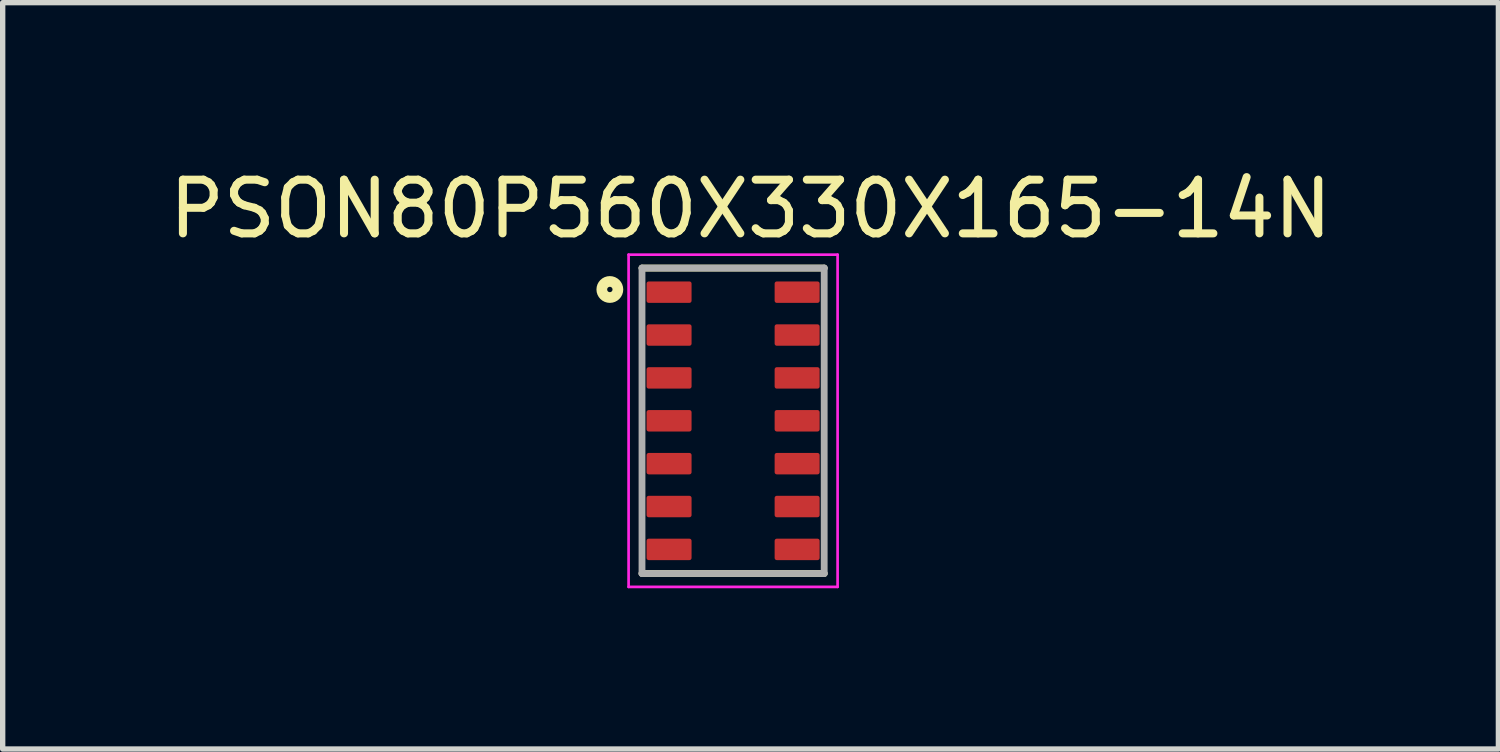
<source format=kicad_pcb>
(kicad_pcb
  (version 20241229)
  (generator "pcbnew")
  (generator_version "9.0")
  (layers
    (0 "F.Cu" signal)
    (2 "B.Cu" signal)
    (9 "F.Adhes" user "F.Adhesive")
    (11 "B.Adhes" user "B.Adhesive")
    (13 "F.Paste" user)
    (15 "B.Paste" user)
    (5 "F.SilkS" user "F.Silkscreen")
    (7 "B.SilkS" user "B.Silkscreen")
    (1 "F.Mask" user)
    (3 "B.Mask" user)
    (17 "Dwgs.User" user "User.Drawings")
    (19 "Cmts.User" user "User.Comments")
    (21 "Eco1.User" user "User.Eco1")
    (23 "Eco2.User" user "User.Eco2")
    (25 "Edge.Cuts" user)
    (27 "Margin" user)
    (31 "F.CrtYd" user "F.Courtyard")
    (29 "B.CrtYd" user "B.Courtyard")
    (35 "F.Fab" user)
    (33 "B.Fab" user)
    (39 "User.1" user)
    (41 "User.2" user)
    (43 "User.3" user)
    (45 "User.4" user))
  (footprint "PSON80P560X330X165-14N"
    (layer "F.Cu")
    (at 10.63 4.802)
    (property "Reference" "PSON80P560X330X165-14N" (at 0.326 -3.953 0) (layer "F.SilkS") (effects (font (size 1.002 1.002) (thickness 0.15))))
    (attr smd)
    (fp_line (start -1.7 -2.85) (end 1.7 -2.85) (stroke (width 0.127) (type solid)) (layer "F.SilkS"))
    (fp_line (start -1.7 2.85) (end 1.7 2.85) (stroke (width 0.127) (type solid)) (layer "F.SilkS"))
    (fp_circle (center -2.3 -2.45) (end -2.15 -2.45) (stroke (width 0.2) (type solid)) (fill no) (layer "F.SilkS"))
    (fp_line (start -1.95 -3.1) (end 1.95 -3.1) (stroke (width 0.05) (type solid)) (layer "F.CrtYd"))
    (fp_line (start -1.95 3.1) (end -1.95 -3.1) (stroke (width 0.05) (type solid)) (layer "F.CrtYd"))
    (fp_line (start 1.95 -3.1) (end 1.95 3.1) (stroke (width 0.05) (type solid)) (layer "F.CrtYd"))
    (fp_line (start 1.95 3.1) (end -1.95 3.1) (stroke (width 0.05) (type solid)) (layer "F.CrtYd"))
    (fp_line (start -1.7 -2.85) (end -1.7 2.85) (stroke (width 0.127) (type solid)) (layer "F.Fab"))
    (fp_line (start -1.7 2.85) (end 1.7 2.85) (stroke (width 0.127) (type solid)) (layer "F.Fab"))
    (fp_line (start 1.7 -2.85) (end -1.7 -2.85) (stroke (width 0.127) (type solid)) (layer "F.Fab"))
    (fp_line (start 1.7 2.85) (end 1.7 -2.85) (stroke (width 0.127) (type solid)) (layer "F.Fab"))
    (pad "1" smd roundrect (at -1.195 -2.4) (size 0.84 0.4) (layers "F.Cu" "F.Mask" "F.Paste") (roundrect_rratio 0.1))
    (pad "2" smd roundrect (at -1.195 -1.6) (size 0.84 0.4) (layers "F.Cu" "F.Mask" "F.Paste") (roundrect_rratio 0.1))
    (pad "3" smd roundrect (at -1.195 -0.8) (size 0.84 0.4) (layers "F.Cu" "F.Mask" "F.Paste") (roundrect_rratio 0.1))
    (pad "4" smd roundrect (at -1.195 0) (size 0.84 0.4) (layers "F.Cu" "F.Mask" "F.Paste") (roundrect_rratio 0.1))
    (pad "5" smd roundrect (at -1.195 0.8) (size 0.84 0.4) (layers "F.Cu" "F.Mask" "F.Paste") (roundrect_rratio 0.1))
    (pad "6" smd roundrect (at -1.195 1.6) (size 0.84 0.4) (layers "F.Cu" "F.Mask" "F.Paste") (roundrect_rratio 0.1))
    (pad "7" smd roundrect (at -1.195 2.4) (size 0.84 0.4) (layers "F.Cu" "F.Mask" "F.Paste") (roundrect_rratio 0.1))
    (pad "8" smd roundrect (at 1.195 2.4 180) (size 0.84 0.4) (layers "F.Cu" "F.Mask" "F.Paste") (roundrect_rratio 0.1))
    (pad "9" smd roundrect (at 1.195 1.6 180) (size 0.84 0.4) (layers "F.Cu" "F.Mask" "F.Paste") (roundrect_rratio 0.1))
    (pad "10" smd roundrect (at 1.195 0.8 180) (size 0.84 0.4) (layers "F.Cu" "F.Mask" "F.Paste") (roundrect_rratio 0.1))
    (pad "11" smd roundrect (at 1.195 0 180) (size 0.84 0.4) (layers "F.Cu" "F.Mask" "F.Paste") (roundrect_rratio 0.1))
    (pad "12" smd roundrect (at 1.195 -0.8 180) (size 0.84 0.4) (layers "F.Cu" "F.Mask" "F.Paste") (roundrect_rratio 0.1))
    (pad "13" smd roundrect (at 1.195 -1.6 180) (size 0.84 0.4) (layers "F.Cu" "F.Mask" "F.Paste") (roundrect_rratio 0.1))
    (pad "14" smd roundrect (at 1.195 -2.4 180) (size 0.84 0.4) (layers "F.Cu" "F.Mask" "F.Paste") (roundrect_rratio 0.1)))
  (gr_rect
    (start -3 -3)
    (end 24.911 10.927)
    (stroke (width 0.1) (type default))
    (fill no)
    (layer "Edge.Cuts")))
</source>
